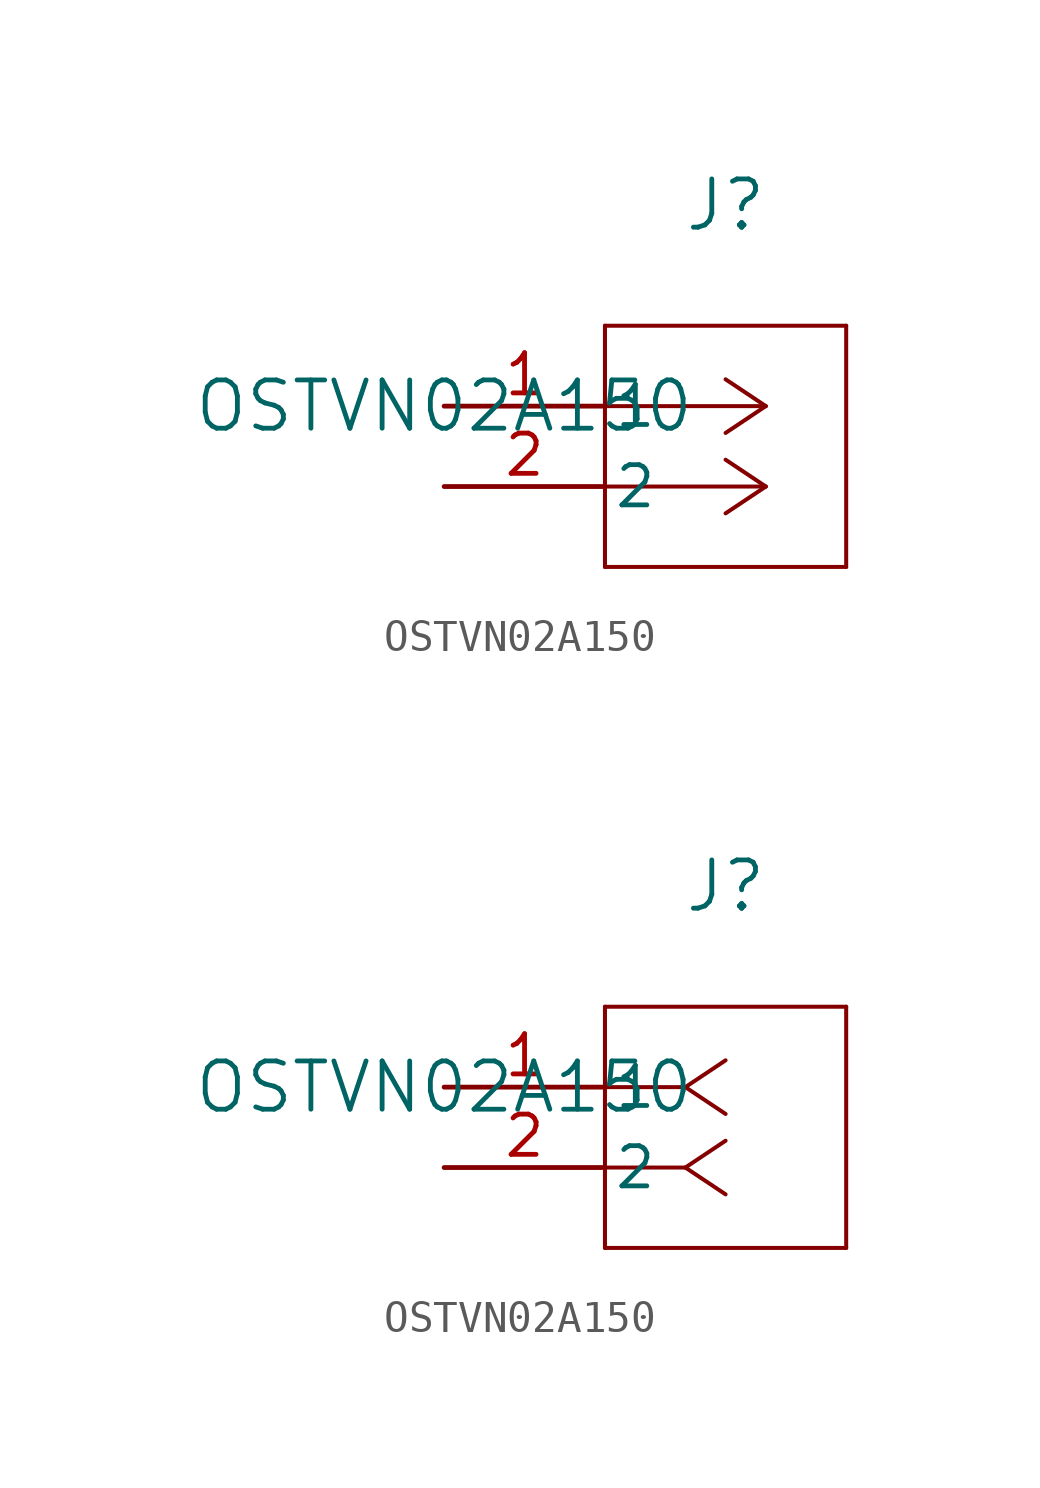
<source format=kicad_sym>
(kicad_symbol_lib
  (version 20211014)
  (generator kicad_symbol_editor)
  (symbol "OSTVN02A150"
    (pin_names
      (offset 0.254))
    (property "Reference" "J"
      (at 8.89 6.35 0)
      (effects (font (size 1.524 1.524))))
    (property "Value" "OSTVN02A150"
      (at 0 0 0)
      (effects (font (size 1.524 1.524))))
    (symbol "OSTVN02A150_1_1"
      (polyline (pts (xy 10.16 0) (xy 5.08 0)) (stroke (width 0.127) (type default) (color 0 0 0 0)) (fill (type none)))
      (polyline (pts (xy 10.16 -2.54) (xy 5.08 -2.54)) (stroke (width 0.127) (type default) (color 0 0 0 0)) (fill (type none)))
      (polyline (pts (xy 10.16 0) (xy 8.89 0.847)) (stroke (width 0.127) (type default) (color 0 0 0 0)) (fill (type none)))
      (polyline (pts (xy 10.16 -2.54) (xy 8.89 -1.693)) (stroke (width 0.127) (type default) (color 0 0 0 0)) (fill (type none)))
      (polyline (pts (xy 10.16 0) (xy 8.89 -0.847)) (stroke (width 0.127) (type default) (color 0 0 0 0)) (fill (type none)))
      (polyline (pts (xy 10.16 -2.54) (xy 8.89 -3.387)) (stroke (width 0.127) (type default) (color 0 0 0 0)) (fill (type none)))
      (polyline (pts (xy 5.08 2.54) (xy 5.08 -5.08)) (stroke (width 0.127) (type default) (color 0 0 0 0)) (fill (type none)))
      (polyline (pts (xy 5.08 -5.08) (xy 12.7 -5.08)) (stroke (width 0.127) (type default) (color 0 0 0 0)) (fill (type none)))
      (polyline (pts (xy 12.7 -5.08) (xy 12.7 2.54)) (stroke (width 0.127) (type default) (color 0 0 0 0)) (fill (type none)))
      (polyline (pts (xy 12.7 2.54) (xy 5.08 2.54)) (stroke (width 0.127) (type default) (color 0 0 0 0)) (fill (type none)))
      (pin unspecified line (at 0 0 0) (length 5.08) (name "1" (effects (font (size 1.27 1.27)))) (number "1" (effects (font (size 1.27 1.27)))))
      (pin unspecified line (at 0 -2.54 0) (length 5.08) (name "2" (effects (font (size 1.27 1.27)))) (number "2" (effects (font (size 1.27 1.27))))))
    (symbol "OSTVN02A150_1_2"
      (polyline (pts (xy 7.62 0) (xy 5.08 0)) (stroke (width 0.127) (type default) (color 0 0 0 0)) (fill (type none)))
      (polyline (pts (xy 7.62 -2.54) (xy 5.08 -2.54)) (stroke (width 0.127) (type default) (color 0 0 0 0)) (fill (type none)))
      (polyline (pts (xy 7.62 0) (xy 8.89 0.847)) (stroke (width 0.127) (type default) (color 0 0 0 0)) (fill (type none)))
      (polyline (pts (xy 7.62 -2.54) (xy 8.89 -1.693)) (stroke (width 0.127) (type default) (color 0 0 0 0)) (fill (type none)))
      (polyline (pts (xy 7.62 0) (xy 8.89 -0.847)) (stroke (width 0.127) (type default) (color 0 0 0 0)) (fill (type none)))
      (polyline (pts (xy 7.62 -2.54) (xy 8.89 -3.387)) (stroke (width 0.127) (type default) (color 0 0 0 0)) (fill (type none)))
      (polyline (pts (xy 5.08 2.54) (xy 5.08 -5.08)) (stroke (width 0.127) (type default) (color 0 0 0 0)) (fill (type none)))
      (polyline (pts (xy 5.08 -5.08) (xy 12.7 -5.08)) (stroke (width 0.127) (type default) (color 0 0 0 0)) (fill (type none)))
      (polyline (pts (xy 12.7 -5.08) (xy 12.7 2.54)) (stroke (width 0.127) (type default) (color 0 0 0 0)) (fill (type none)))
      (polyline (pts (xy 12.7 2.54) (xy 5.08 2.54)) (stroke (width 0.127) (type default) (color 0 0 0 0)) (fill (type none)))
      (pin unspecified line (at 0 0 0) (length 5.08) (name "1" (effects (font (size 1.27 1.27)))) (number "1" (effects (font (size 1.27 1.27)))))
      (pin unspecified line (at 0 -2.54 0) (length 5.08) (name "2" (effects (font (size 1.27 1.27)))) (number "2" (effects (font (size 1.27 1.27))))))))
</source>
